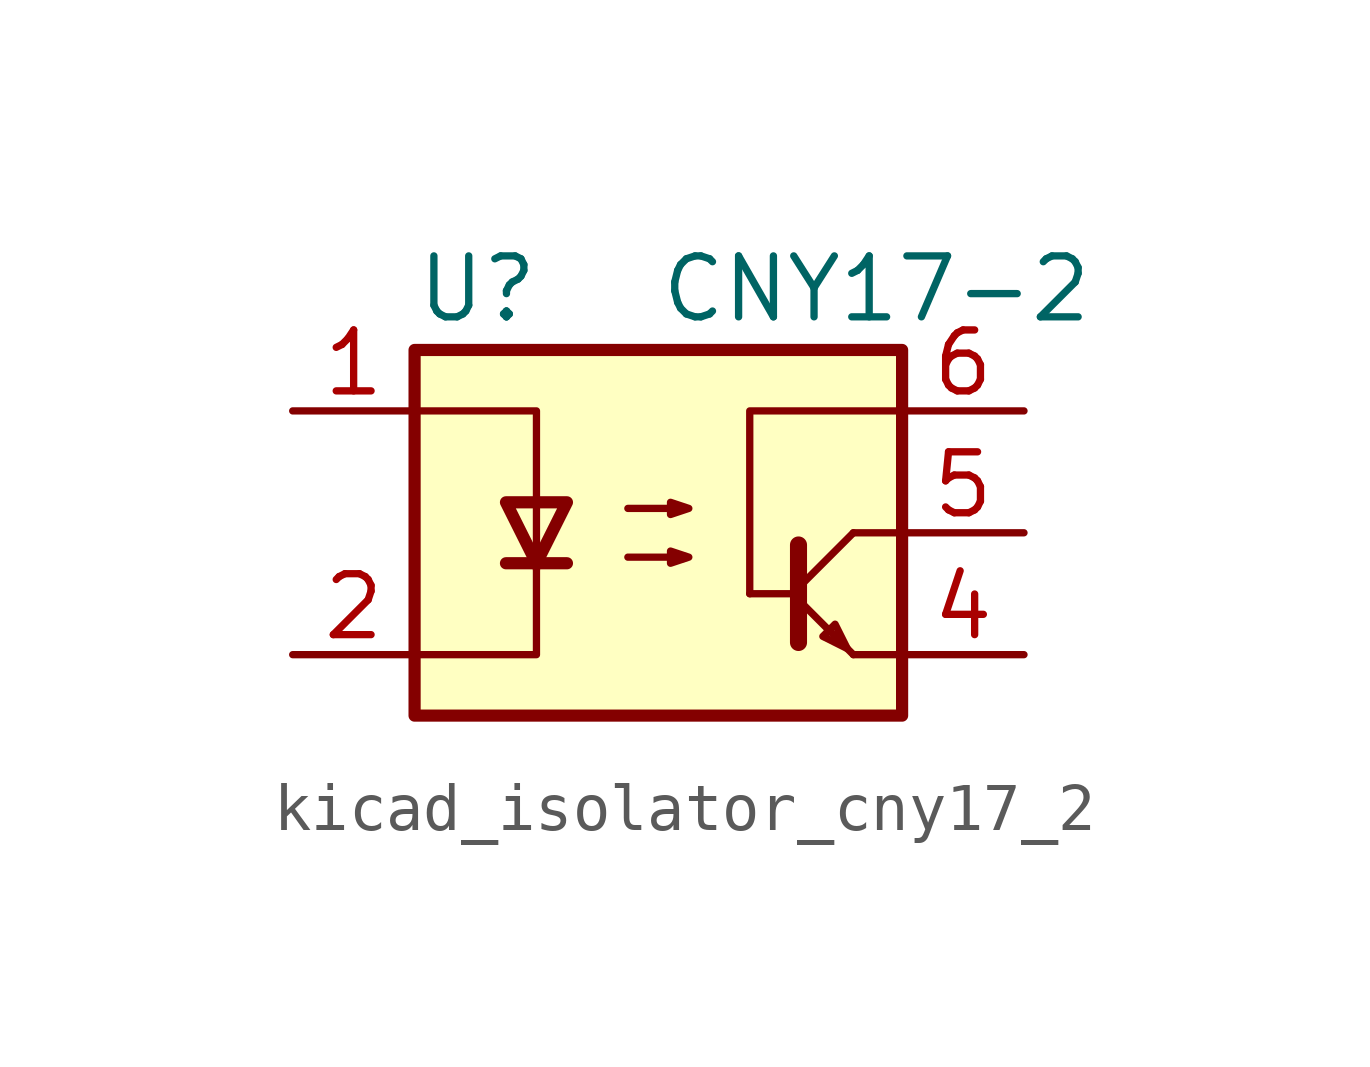
<source format=kicad_sym>
(kicad_symbol_lib
  (version 20220914)
  (generator kicad_symbol_editor)
  (symbol "kicad_isolator_cny17_2"
    (pin_names
      (offset 1.016))
    (property "Reference" "U"
      (at -5.08 5.08 0)
      (effects (font (size 1.27 1.27)) (justify left)))
    (property "Value" "CNY17-2"
      (at 0 5.08 0)
      (effects (font (size 1.27 1.27)) (justify left)))
    (symbol "kicad_isolator_cny17_2_0_1"
      (rectangle (start -5.08 3.81) (end 5.08 -3.81) (stroke (width 0.254) (type default)) (fill (type background)))
      (polyline (pts (xy -3.175 -0.635) (xy -1.905 -0.635)) (stroke (width 0.254) (type default)) (fill (type none)))
      (polyline (pts (xy 2.921 -1.397) (xy 4.064 -2.54)) (stroke (width 0) (type default)) (fill (type none)))
      (polyline (pts (xy 2.921 -1.27) (xy 1.905 -1.27)) (stroke (width 0) (type default)) (fill (type none)))
      (polyline (pts (xy 2.921 -1.143) (xy 4.064 0)) (stroke (width 0) (type default)) (fill (type none)))
      (polyline (pts (xy 4.064 -2.54) (xy 5.08 -2.54)) (stroke (width 0) (type default)) (fill (type none)))
      (polyline (pts (xy 5.08 0) (xy 4.064 0)) (stroke (width 0) (type default)) (fill (type none)))
      (polyline (pts (xy -5.08 2.54) (xy -2.54 2.54) (xy -2.54 -0.762)) (stroke (width 0) (type default)) (fill (type none)))
      (polyline (pts (xy -2.54 -0.635) (xy -2.54 -2.54) (xy -5.08 -2.54)) (stroke (width 0) (type default)) (fill (type none)))
      (polyline (pts (xy 1.905 -1.27) (xy 1.905 2.54) (xy 5.08 2.54)) (stroke (width 0) (type default)) (fill (type none)))
      (polyline (pts (xy 2.921 -0.254) (xy 2.921 -2.286) (xy 2.921 -2.286)) (stroke (width 0.356) (type default)) (fill (type none)))
      (polyline (pts (xy -2.54 -0.635) (xy -3.175 0.635) (xy -1.905 0.635) (xy -2.54 -0.635)) (stroke (width 0.254) (type default)) (fill (type none)))
      (polyline (pts (xy 3.937 -2.413) (xy 3.683 -1.905) (xy 3.429 -2.159) (xy 3.937 -2.413)) (stroke (width 0) (type default)) (fill (type none)))
      (polyline (pts (xy -0.635 -0.508) (xy 0.635 -0.508) (xy 0.254 -0.635) (xy 0.254 -0.381) (xy 0.635 -0.508)) (stroke (width 0) (type default)) (fill (type none)))
      (polyline (pts (xy -0.635 0.508) (xy 0.635 0.508) (xy 0.254 0.381) (xy 0.254 0.635) (xy 0.635 0.508)) (stroke (width 0) (type default)) (fill (type none))))
    (symbol "kicad_isolator_cny17_2_1_1"
      (pin passive line (at -7.62 2.54 0) (length 2.54) (name "~" (effects (font (size 1.27 1.27)))) (number "1" (effects (font (size 1.27 1.27)))))
      (pin passive line (at -7.62 -2.54 0) (length 2.54) (name "~" (effects (font (size 1.27 1.27)))) (number "2" (effects (font (size 1.27 1.27)))))
      (pin no_connect line (at -5.08 0 0) (length 2.54) hide (name "NC" (effects (font (size 1.27 1.27)))) (number "3" (effects (font (size 1.27 1.27)))))
      (pin passive line (at 7.62 -2.54 180) (length 2.54) (name "~" (effects (font (size 1.27 1.27)))) (number "4" (effects (font (size 1.27 1.27)))))
      (pin passive line (at 7.62 0 180) (length 2.54) (name "~" (effects (font (size 1.27 1.27)))) (number "5" (effects (font (size 1.27 1.27)))))
      (pin passive line (at 7.62 2.54 180) (length 2.54) (name "~" (effects (font (size 1.27 1.27)))) (number "6" (effects (font (size 1.27 1.27))))))))
</source>
